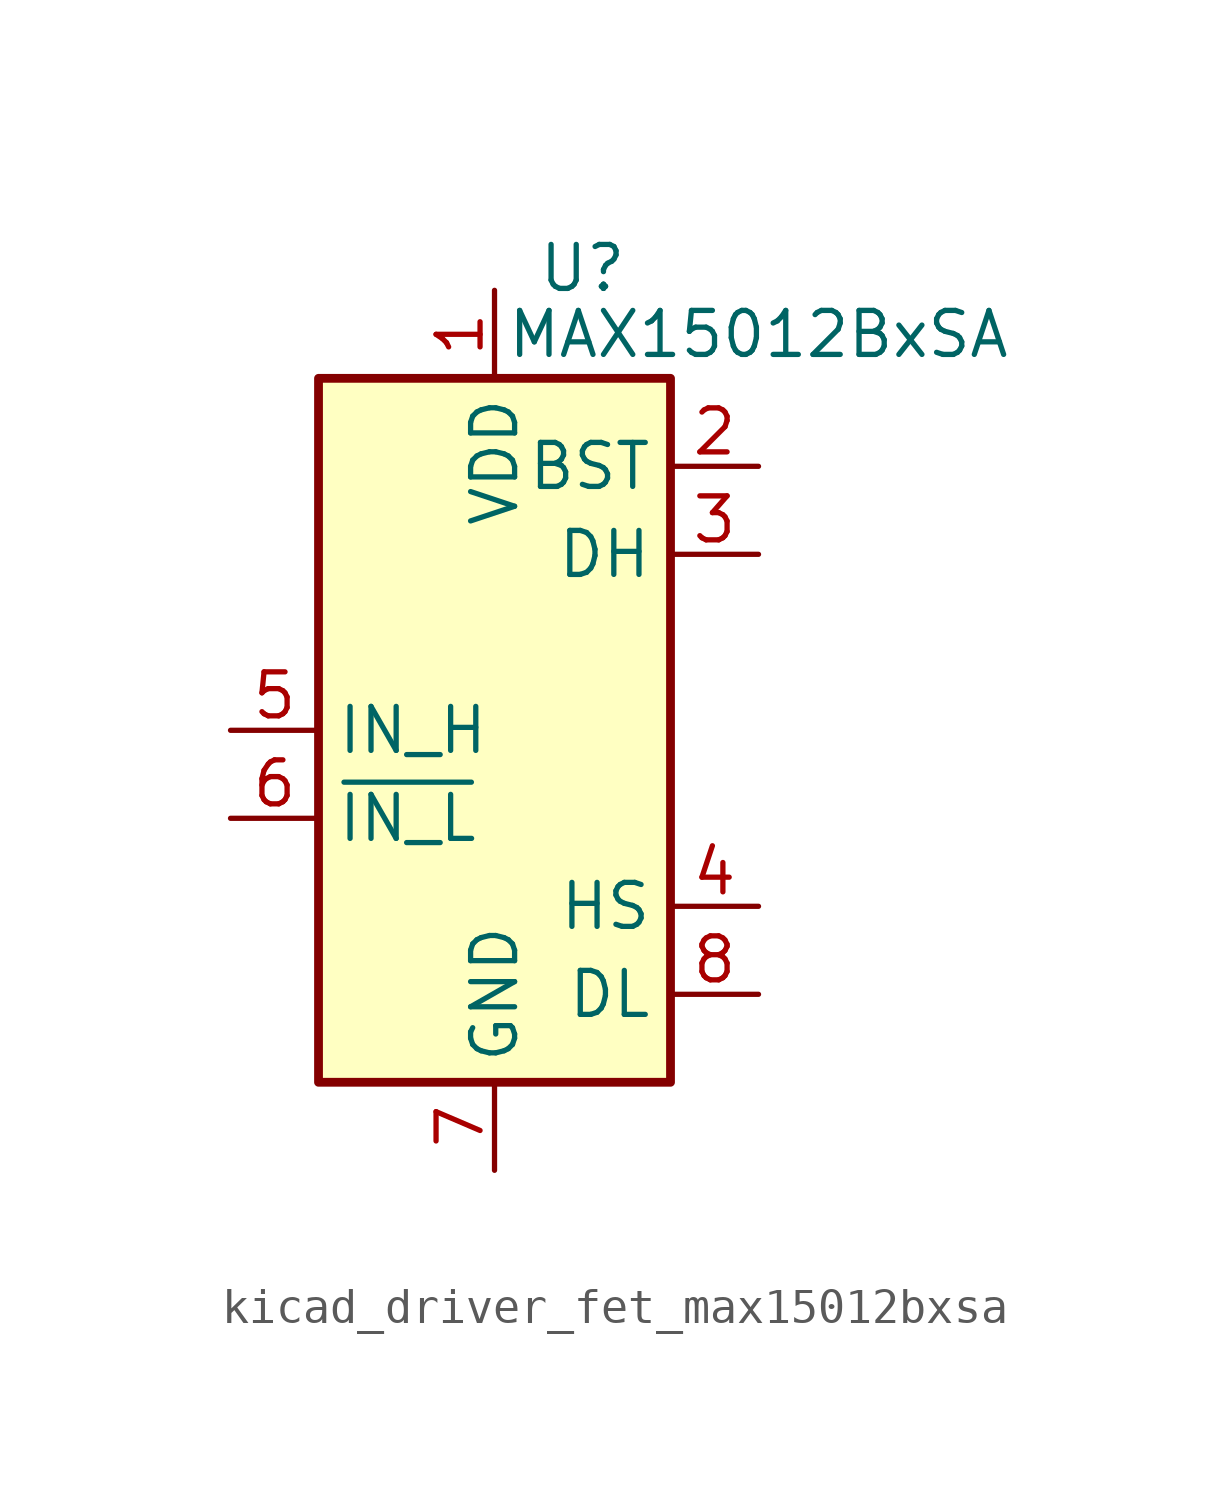
<source format=kicad_sym>
(kicad_symbol_lib
  (version 20220914)
  (generator kicad_symbol_editor)
  (symbol "kicad_driver_fet_max15012bxsa"
    (property "Reference" "U"
      (at 2.54 13.335 0)
      (effects (font (size 1.27 1.27))))
    (property "Value" "MAX15012BxSA"
      (at 7.62 11.43 0)
      (effects (font (size 1.27 1.27))))
    (symbol "kicad_driver_fet_max15012bxsa_0_1"
      (rectangle (start -5.08 -10.16) (end 5.08 10.16) (stroke (width 0.254) (type default)) (fill (type background))))
    (symbol "kicad_driver_fet_max15012bxsa_1_1"
      (pin power_in line (at 0 12.7 270) (length 2.54) (name "VDD" (effects (font (size 1.27 1.27)))) (number "1" (effects (font (size 1.27 1.27)))))
      (pin power_in line (at 7.62 7.62 180) (length 2.54) (name "BST" (effects (font (size 1.27 1.27)))) (number "2" (effects (font (size 1.27 1.27)))))
      (pin output line (at 7.62 5.08 180) (length 2.54) (name "DH" (effects (font (size 1.27 1.27)))) (number "3" (effects (font (size 1.27 1.27)))))
      (pin passive line (at 7.62 -5.08 180) (length 2.54) (name "HS" (effects (font (size 1.27 1.27)))) (number "4" (effects (font (size 1.27 1.27)))))
      (pin input line (at -7.62 0 0) (length 2.54) (name "IN_H" (effects (font (size 1.27 1.27)))) (number "5" (effects (font (size 1.27 1.27)))))
      (pin input line (at -7.62 -2.54 0) (length 2.54) (name "~{IN_L}" (effects (font (size 1.27 1.27)))) (number "6" (effects (font (size 1.27 1.27)))))
      (pin power_in line (at 0 -12.7 90) (length 2.54) (name "GND" (effects (font (size 1.27 1.27)))) (number "7" (effects (font (size 1.27 1.27)))))
      (pin output line (at 7.62 -7.62 180) (length 2.54) (name "DL" (effects (font (size 1.27 1.27)))) (number "8" (effects (font (size 1.27 1.27))))))))
</source>
